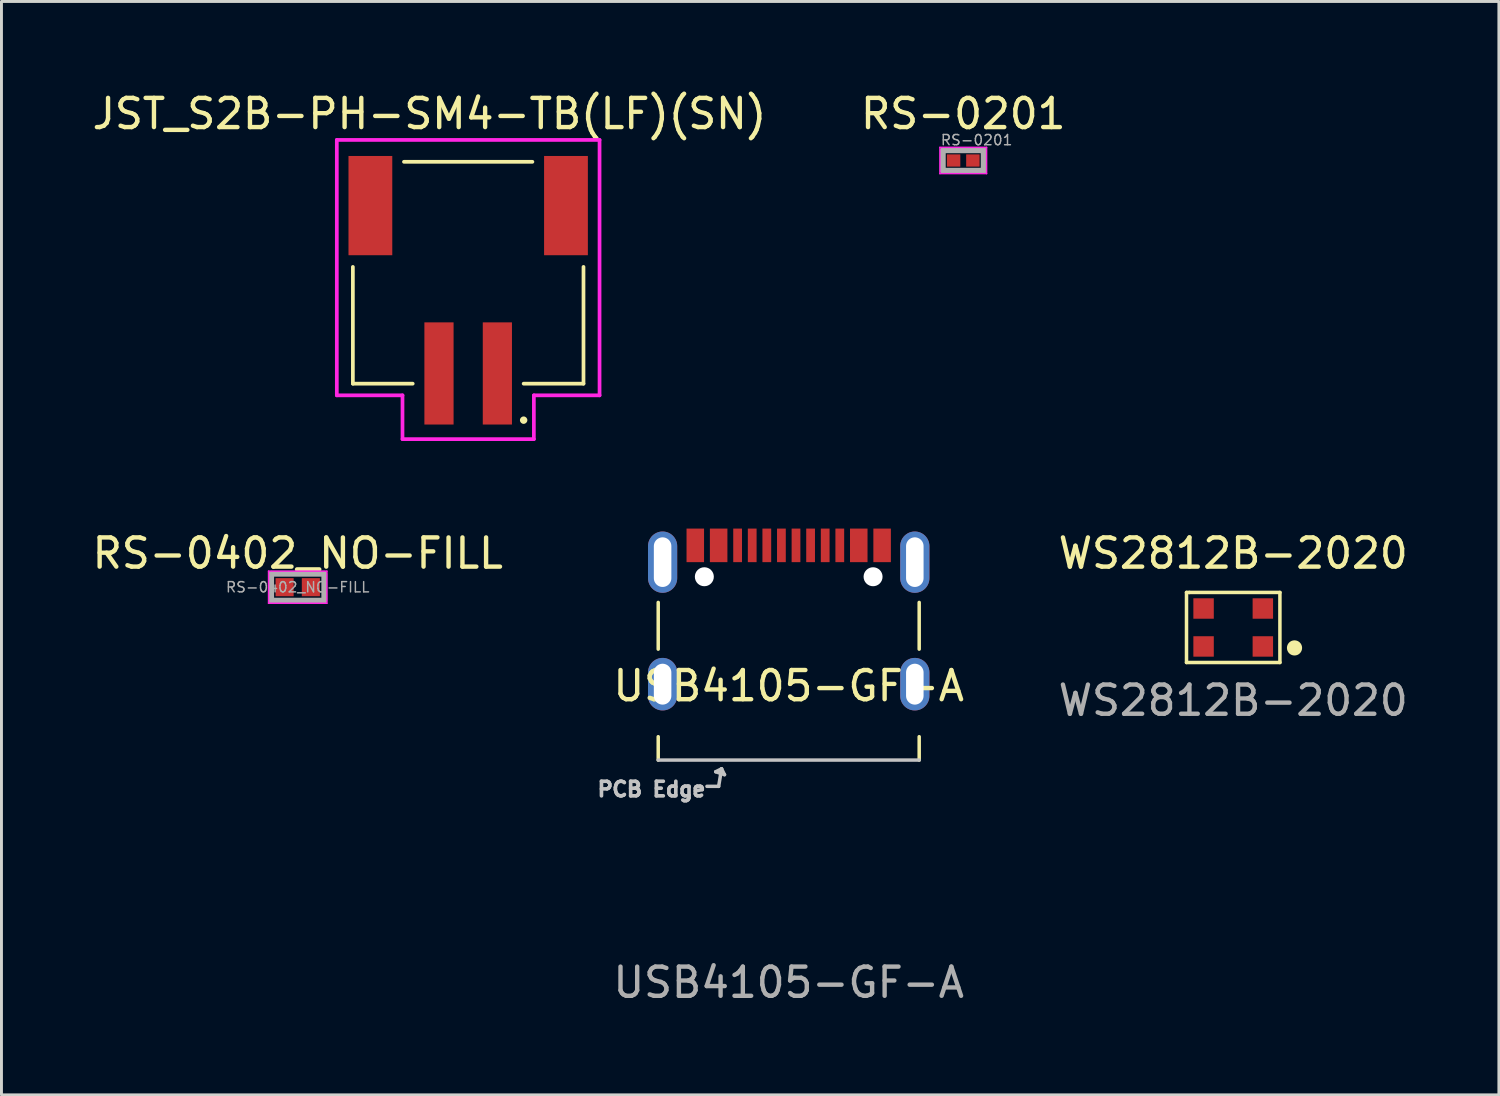
<source format=kicad_pcb>
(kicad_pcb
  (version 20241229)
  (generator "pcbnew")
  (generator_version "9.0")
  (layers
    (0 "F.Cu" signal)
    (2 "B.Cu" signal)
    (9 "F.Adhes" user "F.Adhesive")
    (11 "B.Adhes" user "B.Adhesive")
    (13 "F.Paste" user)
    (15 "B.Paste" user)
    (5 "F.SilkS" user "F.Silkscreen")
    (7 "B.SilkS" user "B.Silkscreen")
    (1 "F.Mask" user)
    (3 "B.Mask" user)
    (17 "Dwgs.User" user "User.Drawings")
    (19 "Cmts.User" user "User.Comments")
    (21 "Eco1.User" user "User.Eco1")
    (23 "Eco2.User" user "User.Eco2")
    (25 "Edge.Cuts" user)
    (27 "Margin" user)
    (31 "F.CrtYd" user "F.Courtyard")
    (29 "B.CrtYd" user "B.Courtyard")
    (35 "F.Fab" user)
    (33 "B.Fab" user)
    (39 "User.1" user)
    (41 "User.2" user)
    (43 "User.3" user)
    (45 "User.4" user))
  (footprint "RS-0201"
    (layer "F.Cu")
    (at 29.947 2.448)
    (property "Reference" "RS-0201" (at 0 -1.6 0) (layer "F.SilkS") (effects (font (size 1 1) (thickness 0.15))))
    (attr smd)
    (fp_line (start -0.8 -0.45) (end 0.8 -0.45) (stroke (width 0.05) (type solid)) (layer "F.CrtYd"))
    (fp_line (start -0.8 0.45) (end -0.8 -0.45) (stroke (width 0.05) (type solid)) (layer "F.CrtYd"))
    (fp_line (start 0.8 -0.45) (end 0.8 0.45) (stroke (width 0.05) (type solid)) (layer "F.CrtYd"))
    (fp_line (start 0.8 0.45) (end -0.8 0.45) (stroke (width 0.05) (type solid)) (layer "F.CrtYd"))
    (fp_line (start -0.7 -0.35) (end 0.7 -0.35) (stroke (width 0.2) (type solid)) (layer "F.Fab"))
    (fp_line (start -0.7 0.35) (end -0.7 -0.35) (stroke (width 0.2) (type solid)) (layer "F.Fab"))
    (fp_line (start 0.7 -0.35) (end 0.7 0.35) (stroke (width 0.2) (type solid)) (layer "F.Fab"))
    (fp_line (start 0.7 0.35) (end -0.7 0.35) (stroke (width 0.2) (type solid)) (layer "F.Fab"))
    (fp_text user "${REFERENCE}" (at -0.8 -0.7 0) (layer "F.Fab") (effects (font (size 0.35 0.35) (thickness 0.05)) (justify left)))
    (pad "1" smd rect (at -0.33 0) (size 0.46 0.42) (layers "F.Cu" "F.Mask" "F.Paste"))
    (pad "2" smd rect (at 0.33 0) (size 0.46 0.42) (layers "F.Cu" "F.Mask" "F.Paste")))
  (footprint "JST_S2B-PH-SM4-TB(LF)(SN)"
    (layer "F.Cu")
    (at 12.988 9.743)
    (property "Reference" "JST_S2B-PH-SM4-TB(LF)(SN)" (at -1.326 -8.895 0) (layer "F.SilkS") (effects (font (size 1.001 1.001) (thickness 0.15))))
    (attr through_hole)
    (fp_line (start -3.95 -3.65) (end -3.95 0.35) (stroke (width 0.127) (type solid)) (layer "F.SilkS"))
    (fp_line (start -3.95 0.35) (end -1.9 0.35) (stroke (width 0.127) (type solid)) (layer "F.SilkS"))
    (fp_line (start 1.9 0.35) (end 3.95 0.35) (stroke (width 0.127) (type solid)) (layer "F.SilkS"))
    (fp_line (start 2.2 -7.25) (end -2.2 -7.25) (stroke (width 0.127) (type solid)) (layer "F.SilkS"))
    (fp_line (start 3.95 0.35) (end 3.95 -3.65) (stroke (width 0.127) (type solid)) (layer "F.SilkS"))
    (fp_circle (center 1.9 1.6) (end 2.027 1.6) (stroke (width 0) (type solid)) (fill yes) (layer "F.SilkS"))
    (fp_line (start -4.5 -8) (end 4.5 -8) (stroke (width 0.127) (type solid)) (layer "F.CrtYd"))
    (fp_line (start -4.5 0.75) (end -4.5 -8) (stroke (width 0.127) (type solid)) (layer "F.CrtYd"))
    (fp_line (start -2.25 0.75) (end -4.5 0.75) (stroke (width 0.127) (type solid)) (layer "F.CrtYd"))
    (fp_line (start -2.25 2.25) (end -2.25 0.75) (stroke (width 0.127) (type solid)) (layer "F.CrtYd"))
    (fp_line (start 2.25 0.75) (end 2.25 2.25) (stroke (width 0.127) (type solid)) (layer "F.CrtYd"))
    (fp_line (start 2.25 2.25) (end -2.25 2.25) (stroke (width 0.127) (type solid)) (layer "F.CrtYd"))
    (fp_line (start 4.5 -8) (end 4.5 0.75) (stroke (width 0.127) (type solid)) (layer "F.CrtYd"))
    (fp_line (start 4.5 0.75) (end 2.25 0.75) (stroke (width 0.127) (type solid)) (layer "F.CrtYd"))
    (pad "1" smd rect (at 1 0) (size 1 3.5) (layers "F.Cu" "F.Mask" "F.Paste"))
    (pad "2" smd rect (at -1 0) (size 1 3.5) (layers "F.Cu" "F.Mask" "F.Paste"))
    (pad "P1" smd rect (at 3.35 -5.75) (size 1.5 3.4) (layers "F.Cu" "F.Mask" "F.Paste"))
    (pad "P2" smd rect (at -3.35 -5.75) (size 1.5 3.4) (layers "F.Cu" "F.Mask" "F.Paste")))
  (footprint "RS-0402_NO-FILL"
    (layer "F.Cu")
    (at 7.149 17.065)
    (property "Reference" "RS-0402_NO-FILL" (at 0 -1.16 0) (layer "F.SilkS") (effects (font (size 1 1) (thickness 0.15))))
    (attr smd)
    (fp_line (start -1 -0.55) (end 1 -0.55) (stroke (width 0.05) (type solid)) (layer "F.CrtYd"))
    (fp_line (start -1 0.55) (end -1 -0.55) (stroke (width 0.05) (type solid)) (layer "F.CrtYd"))
    (fp_line (start 1 -0.55) (end 1 0.55) (stroke (width 0.05) (type solid)) (layer "F.CrtYd"))
    (fp_line (start 1 0.55) (end -1 0.55) (stroke (width 0.05) (type solid)) (layer "F.CrtYd"))
    (fp_line (start -0.91 0.46) (end -0.91 -0.46) (stroke (width 0.2) (type solid)) (layer "F.Fab"))
    (fp_line (start -0.9 -0.46) (end 0.9 -0.46) (stroke (width 0.2) (type solid)) (layer "F.Fab"))
    (fp_line (start 0.9 0.46) (end -0.9 0.46) (stroke (width 0.2) (type solid)) (layer "F.Fab"))
    (fp_line (start 0.91 -0.46) (end 0.91 0.46) (stroke (width 0.2) (type solid)) (layer "F.Fab"))
    (fp_text user "${REFERENCE}" (at 0 0 0) (layer "F.Fab") (effects (font (size 0.35 0.35) (thickness 0.05))))
    (pad "1" smd rect (at -0.45 0) (size 0.62 0.62) (layers "F.Cu" "F.Mask" "F.Paste"))
    (pad "2" smd rect (at 0.45 0) (size 0.62 0.62) (layers "F.Cu" "F.Mask" "F.Paste"))
    (zone (net_name "") (layer "F.Cu") (hatch edge 0.5) (connect_pads) (min_thickness 0.25) (filled_areas_thickness no) (keepout (tracks allowed) (vias allowed) (pads allowed) (copperpour not_allowed) (footprints allowed)) (placement (enabled no)) (fill) (polygon (pts (xy 6.279 16.625) (xy 8.039 16.625) (xy 8.039 17.485) (xy 6.279 17.485)))))
  (footprint "WS2812B-2020"
    (layer "F.Cu")
    (at 39.195 18.445)
    (property "Reference" "WS2812B-2020" (at 0 -2.54 0) (unlocked yes) (layer "F.SilkS") (effects (font (size 1 1) (thickness 0.15))))
    (attr smd)
    (fp_line (start -1.6 -1.2) (end -1.6 1.2) (stroke (width 0.12) (type solid)) (layer "F.SilkS"))
    (fp_line (start -1.5 -1.2) (end -1.6 -1.2) (stroke (width 0.12) (type solid)) (layer "F.SilkS"))
    (fp_line (start -1.5 -1.2) (end 1.6 -1.2) (stroke (width 0.12) (type solid)) (layer "F.SilkS"))
    (fp_line (start 1.6 -1.2) (end 1.6 1.2) (stroke (width 0.12) (type solid)) (layer "F.SilkS"))
    (fp_line (start 1.6 1.2) (end -1.6 1.2) (stroke (width 0.12) (type solid)) (layer "F.SilkS"))
    (fp_circle (center 2.1 0.7) (end 2.3 0.7) (stroke (width 0.12) (type solid)) (fill yes) (layer "F.SilkS"))
    (fp_text user "${REFERENCE}" (at 0 2.5 0) (unlocked yes) (layer "F.Fab") (effects (font (size 1 1) (thickness 0.15))))
    (pad "1" smd rect (at 1.015 0.65) (size 0.7 0.7) (layers "F.Cu" "F.Mask" "F.Paste"))
    (pad "2" smd rect (at 1.015 -0.65) (size 0.7 0.7) (layers "F.Cu" "F.Mask" "F.Paste"))
    (pad "3" smd rect (at -1.015 -0.65) (size 0.7 0.7) (layers "F.Cu" "F.Mask" "F.Paste"))
    (pad "4" smd rect (at -1.015 0.65) (size 0.7 0.7) (layers "F.Cu" "F.Mask" "F.Paste")))
  (footprint "USB4105-GF-A"
    (layer "F.Cu")
    (at 23.968 22.987)
    (property "Reference" "USB4105-GF-A" (at 0 -2.54 0) (unlocked yes) (layer "F.SilkS") (effects (font (size 1 1) (thickness 0.15))))
    (attr through_hole)
    (fp_line (start -4.47 -3.8) (end -4.47 -5.4) (stroke (width 0.12) (type solid)) (layer "F.SilkS"))
    (fp_line (start -4.47 -0.8) (end -4.47 0) (stroke (width 0.12) (type solid)) (layer "F.SilkS"))
    (fp_line (start 4.47 -3.8) (end 4.47 -5.4) (stroke (width 0.12) (type solid)) (layer "F.SilkS"))
    (fp_line (start 4.47 -0.8) (end 4.47 0) (stroke (width 0.12) (type solid)) (layer "F.SilkS"))
    (fp_line (start -4.47 0) (end 4.47 0) (stroke (width 0.12) (type solid)) (layer "Dwgs.User"))
    (fp_line (start -2.8 0.9) (end -2.4 0.9) (stroke (width 0.12) (type solid)) (layer "Dwgs.User"))
    (fp_line (start -2.5 0.4) (end -2.2 0.5) (stroke (width 0.12) (type solid)) (layer "Dwgs.User"))
    (fp_line (start -2.4 0.9) (end -2.3 0.3) (stroke (width 0.12) (type solid)) (layer "Dwgs.User"))
    (fp_line (start -2.3 0.3) (end -2.5 0.4) (stroke (width 0.12) (type solid)) (layer "Dwgs.User"))
    (fp_line (start -2.2 0.5) (end -2.3 0.3) (stroke (width 0.12) (type solid)) (layer "Dwgs.User"))
    (fp_text user "PCB Edge" (at -4.7 1 0) (unlocked yes) (layer "Dwgs.User") (effects (font (size 0.5 0.5) (thickness 0.125))))
    (fp_text user "${REFERENCE}" (at 0 7.62 0) (unlocked yes) (layer "F.Fab") (effects (font (size 1 1) (thickness 0.15))))
    (pad "" np_thru_hole circle (at -2.89 -6.28) (size 0.65 0.65) (drill 0.65) (layers "*.Cu" "*.Mask"))
    (pad "" np_thru_hole circle (at 2.89 -6.28) (size 0.65 0.65) (drill 0.65) (layers "*.Cu" "*.Mask"))
    (pad "13" thru_hole oval (at -4.32 -2.6) (size 1 1.8) (drill oval 0.6 1.4) (layers "*.Cu" "*.Mask"))
    (pad "14" thru_hole oval (at 4.32 -2.6) (size 1 1.8) (drill oval 0.6 1.4) (layers "*.Cu" "*.Mask"))
    (pad "15" thru_hole oval (at -4.32 -6.78) (size 1 2.1) (drill oval 0.6 1.7) (layers "*.Cu" "*.Mask"))
    (pad "16" thru_hole oval (at 4.32 -6.78) (size 1 2.1) (drill oval 0.6 1.7) (layers "*.Cu" "*.Mask"))
    (pad "A1-B12" smd rect (at -3.2 -7.355) (size 0.6 1.15) (layers "F.Cu" "F.Mask" "F.Paste"))
    (pad "A4-B9" smd rect (at -2.4 -7.355) (size 0.6 1.15) (layers "F.Cu" "F.Mask" "F.Paste"))
    (pad "A5" smd rect (at -1.25 -7.355) (size 0.3 1.15) (layers "F.Cu" "F.Mask" "F.Paste"))
    (pad "A6" smd rect (at -0.25 -7.355) (size 0.3 1.15) (layers "F.Cu" "F.Mask" "F.Paste"))
    (pad "A7" smd rect (at 0.25 -7.355) (size 0.3 1.15) (layers "F.Cu" "F.Mask" "F.Paste"))
    (pad "A8" smd rect (at 1.25 -7.355) (size 0.3 1.15) (layers "F.Cu" "F.Mask" "F.Paste"))
    (pad "B1-A12" smd rect (at 3.2 -7.355) (size 0.6 1.15) (layers "F.Cu" "F.Mask" "F.Paste"))
    (pad "B4-A9" smd rect (at 2.4 -7.355) (size 0.6 1.15) (layers "F.Cu" "F.Mask" "F.Paste"))
    (pad "B5" smd rect (at 1.75 -7.355) (size 0.3 1.15) (layers "F.Cu" "F.Mask" "F.Paste"))
    (pad "B6" smd rect (at 0.75 -7.355) (size 0.3 1.15) (layers "F.Cu" "F.Mask" "F.Paste"))
    (pad "B7" smd rect (at -0.75 -7.355) (size 0.3 1.15) (layers "F.Cu" "F.Mask" "F.Paste"))
    (pad "B8" smd rect (at -1.75 -7.355) (size 0.3 1.15) (layers "F.Cu" "F.Mask" "F.Paste")))
  (gr_rect
    (start -3 -3)
    (end 48.296 34.455)
    (stroke (width 0.1) (type default))
    (fill no)
    (layer "Edge.Cuts")))
</source>
